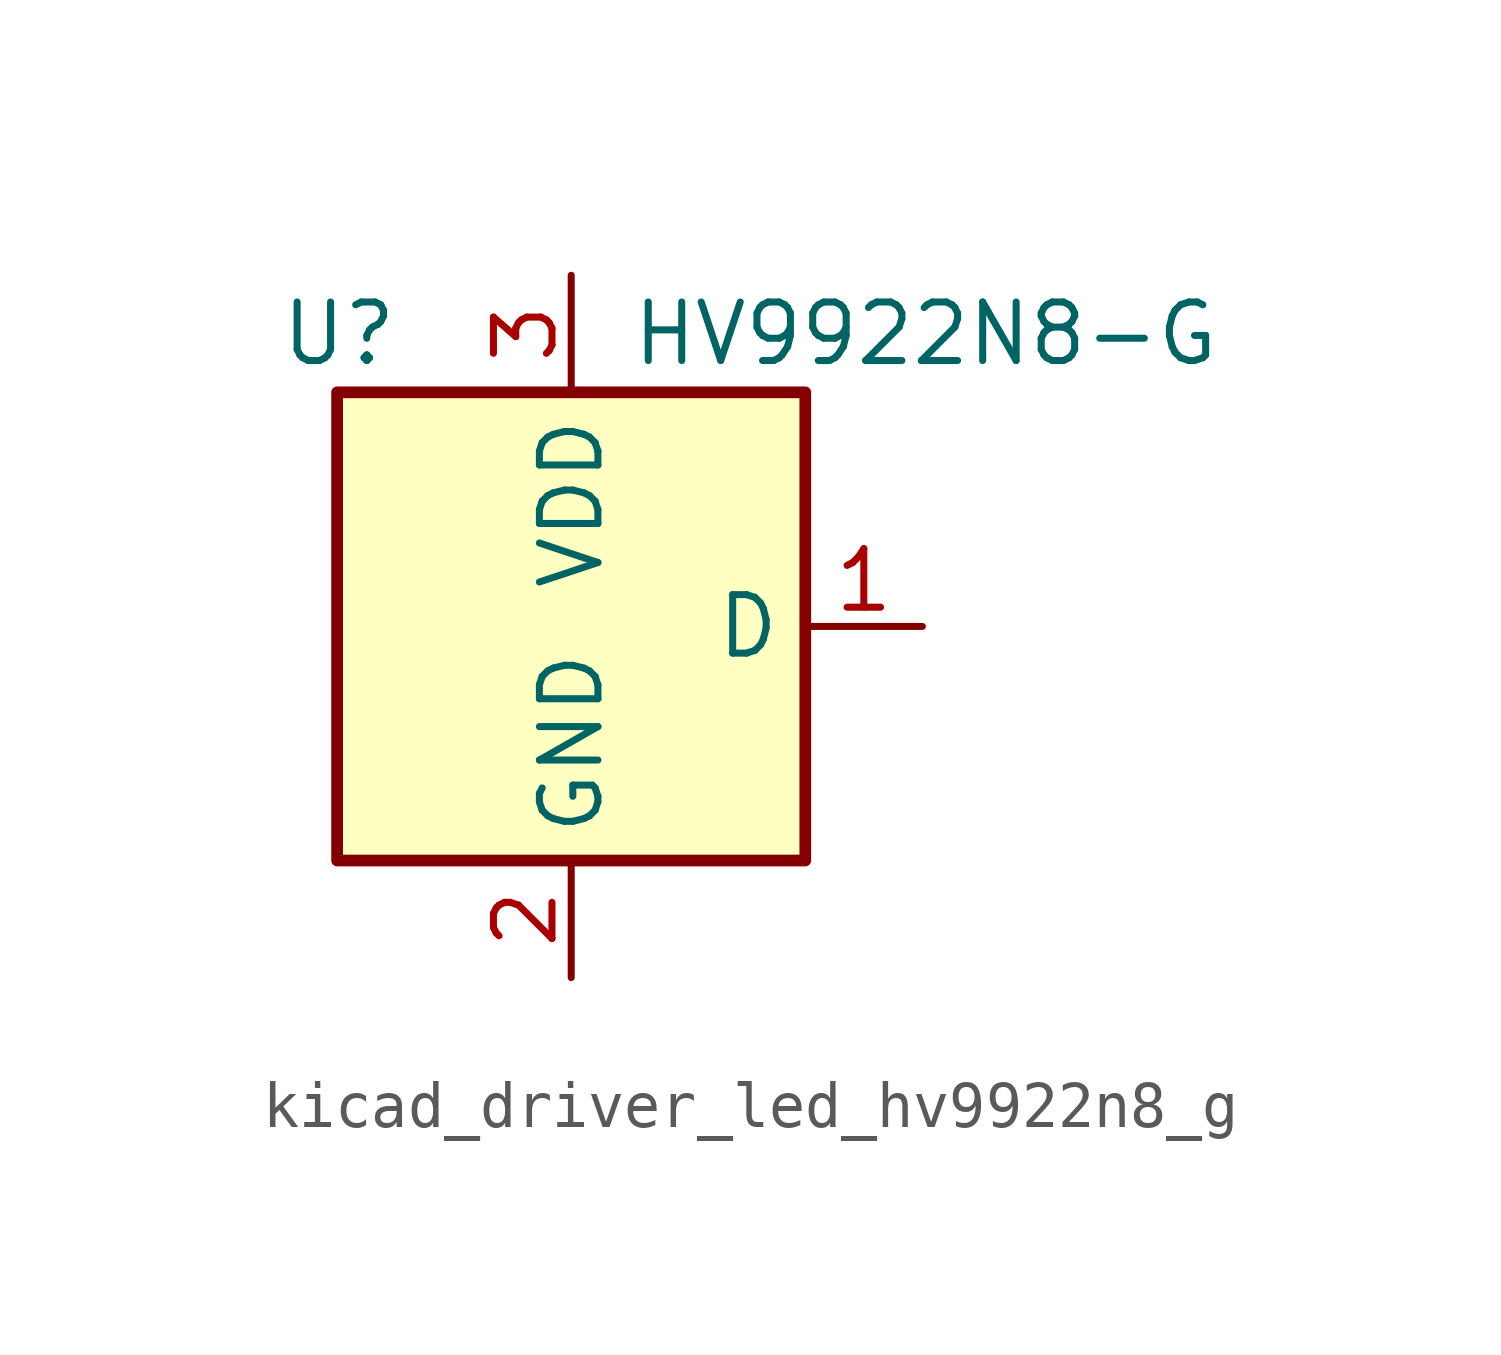
<source format=kicad_sym>
(kicad_symbol_lib
  (version 20220914)
  (generator kicad_symbol_editor)
  (symbol "kicad_driver_led_hv9922n8_g"
    (property "Reference" "U"
      (at -6.35 6.35 0)
      (effects (font (size 1.27 1.27)) (justify left)))
    (property "Value" "HV9922N8-G"
      (at 1.27 6.35 0)
      (effects (font (size 1.27 1.27)) (justify left)))
    (symbol "kicad_driver_led_hv9922n8_g_0_1"
      (rectangle (start -5.08 5.08) (end 5.08 -5.08) (stroke (width 0.254) (type default)) (fill (type background))))
    (symbol "kicad_driver_led_hv9922n8_g_1_1"
      (pin passive line (at 7.62 0 180) (length 2.54) (name "D" (effects (font (size 1.27 1.27)))) (number "1" (effects (font (size 1.27 1.27)))))
      (pin power_in line (at 0 -7.62 90) (length 2.54) (name "GND" (effects (font (size 1.27 1.27)))) (number "2" (effects (font (size 1.27 1.27)))))
      (pin output line (at 0 7.62 270) (length 2.54) (name "VDD" (effects (font (size 1.27 1.27)))) (number "3" (effects (font (size 1.27 1.27))))))))
</source>
